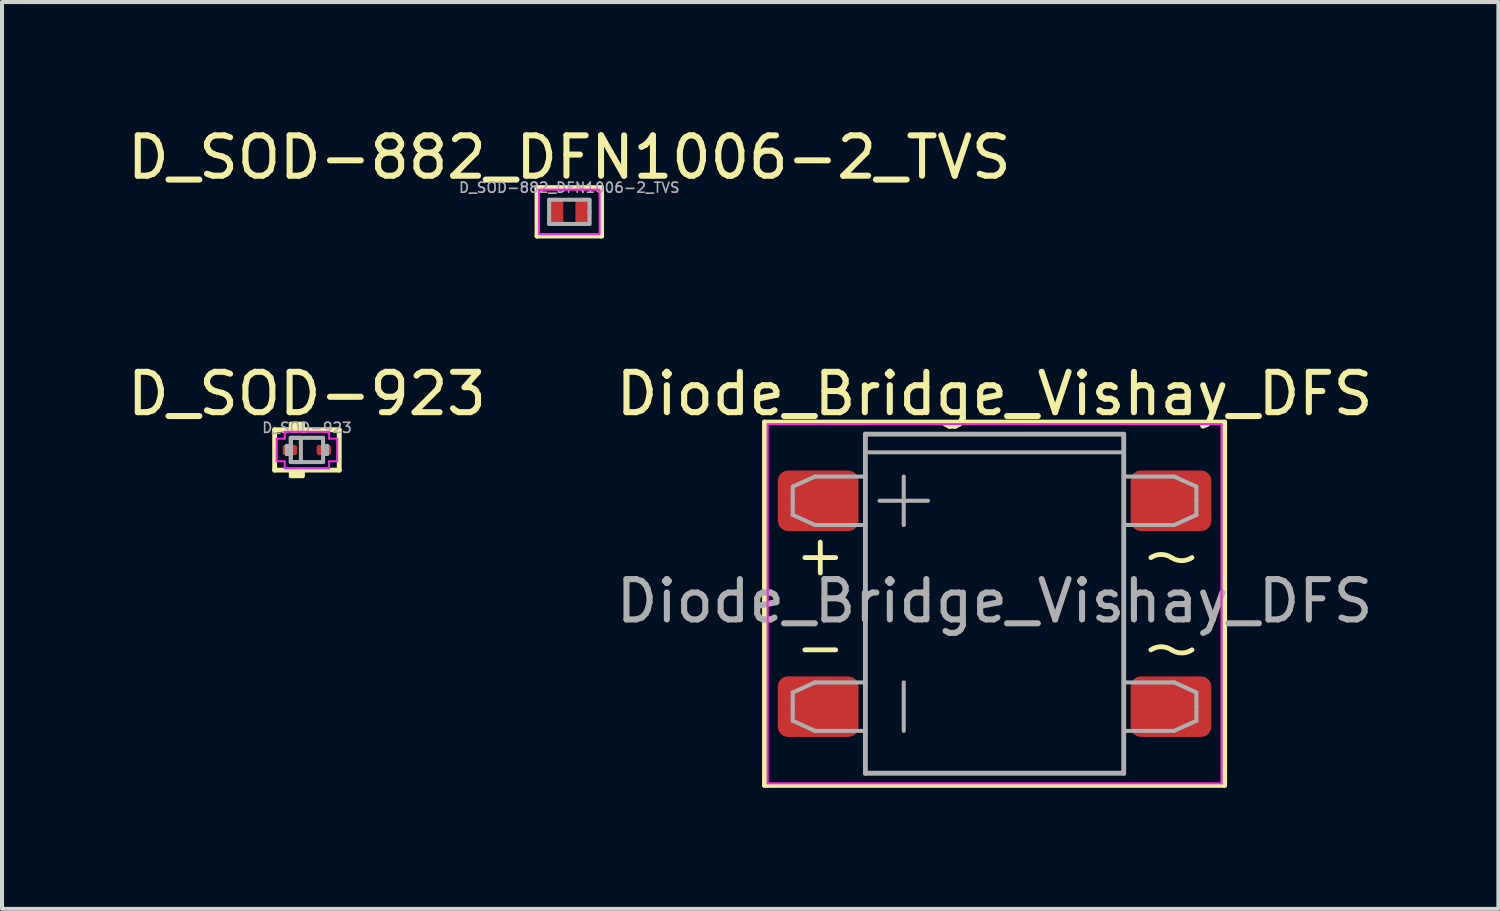
<source format=kicad_pcb>
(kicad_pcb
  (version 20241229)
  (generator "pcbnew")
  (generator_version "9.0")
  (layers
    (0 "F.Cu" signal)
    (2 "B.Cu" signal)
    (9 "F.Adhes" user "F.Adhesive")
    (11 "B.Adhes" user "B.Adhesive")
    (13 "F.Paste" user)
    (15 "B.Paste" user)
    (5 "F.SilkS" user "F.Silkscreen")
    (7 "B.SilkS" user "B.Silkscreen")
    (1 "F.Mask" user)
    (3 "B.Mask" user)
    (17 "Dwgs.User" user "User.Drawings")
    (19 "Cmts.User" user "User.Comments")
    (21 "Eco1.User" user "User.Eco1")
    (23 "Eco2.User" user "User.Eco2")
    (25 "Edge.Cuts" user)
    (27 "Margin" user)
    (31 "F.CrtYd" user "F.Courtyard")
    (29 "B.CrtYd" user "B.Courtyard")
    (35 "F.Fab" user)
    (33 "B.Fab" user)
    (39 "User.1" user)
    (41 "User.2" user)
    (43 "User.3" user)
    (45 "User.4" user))
  (footprint "Diode_Bridge_Vishay_DFS"
    (layer "F.Cu")
    (at 21.589 11.906)
    (property "Reference" "Diode_Bridge_Vishay_DFS" (at 0 -5.2 0) (layer "F.SilkS") (effects (font (size 1 1) (thickness 0.15))))
    (attr smd)
    (fp_line (start -5.7 -4.5) (end -5.7 4.5) (stroke (width 0.12) (type solid)) (layer "F.SilkS"))
    (fp_line (start -5.7 4.5) (end 5.7 4.5) (stroke (width 0.12) (type solid)) (layer "F.SilkS"))
    (fp_line (start -4.699 -1.143) (end -3.937 -1.143) (stroke (width 0.12) (type solid)) (layer "F.SilkS"))
    (fp_line (start -4.699 1.143) (end -3.937 1.143) (stroke (width 0.12) (type solid)) (layer "F.SilkS"))
    (fp_line (start -4.318 -1.524) (end -4.318 -0.762) (stroke (width 0.12) (type solid)) (layer "F.SilkS"))
    (fp_line (start 5.7 -4.5) (end -5.7 -4.5) (stroke (width 0.12) (type solid)) (layer "F.SilkS"))
    (fp_line (start 5.7 4.5) (end 5.7 -4.5) (stroke (width 0.12) (type solid)) (layer "F.SilkS"))
    (fp_arc (start 3.873501 -1.142999) (mid 4.1275 -1.219904) (end 4.381499 -1.142999) (stroke (width 0.12) (type solid)) (layer "F.SilkS"))
    (fp_arc (start 3.873501 1.143001) (mid 4.1275 1.066096) (end 4.381499 1.143001) (stroke (width 0.12) (type solid)) (layer "F.SilkS"))
    (fp_arc (start 4.8895 -1.143) (mid 4.635501 -1.066095) (end 4.381502 -1.143) (stroke (width 0.12) (type solid)) (layer "F.SilkS"))
    (fp_arc (start 4.8895 1.143) (mid 4.635501 1.219905) (end 4.381502 1.143) (stroke (width 0.12) (type solid)) (layer "F.SilkS"))
    (fp_line (start -5.62 -4.45) (end -5.62 4.45) (stroke (width 0.05) (type solid)) (layer "F.CrtYd"))
    (fp_line (start -5.62 -4.45) (end 5.62 -4.45) (stroke (width 0.05) (type solid)) (layer "F.CrtYd"))
    (fp_line (start 5.62 4.45) (end -5.62 4.45) (stroke (width 0.05) (type solid)) (layer "F.CrtYd"))
    (fp_line (start 5.62 4.45) (end 5.62 -4.45) (stroke (width 0.05) (type solid)) (layer "F.CrtYd"))
    (fp_line (start -5 -2.9) (end -5 -2.55) (stroke (width 0.1) (type solid)) (layer "F.Fab"))
    (fp_line (start -5 -2.2) (end -5 -2.55) (stroke (width 0.1) (type solid)) (layer "F.Fab"))
    (fp_line (start -5 2.2) (end -5 2.55) (stroke (width 0.1) (type solid)) (layer "F.Fab"))
    (fp_line (start -5 2.9) (end -5 2.55) (stroke (width 0.1) (type solid)) (layer "F.Fab"))
    (fp_line (start -4.45 -3.15) (end -5 -2.9) (stroke (width 0.1) (type solid)) (layer "F.Fab"))
    (fp_line (start -4.45 -1.95) (end -5 -2.2) (stroke (width 0.1) (type solid)) (layer "F.Fab"))
    (fp_line (start -4.45 1.95) (end -5 2.2) (stroke (width 0.1) (type solid)) (layer "F.Fab"))
    (fp_line (start -4.45 3.15) (end -5 2.9) (stroke (width 0.1) (type solid)) (layer "F.Fab"))
    (fp_line (start -3.2 -4.2) (end 3.2 -4.2) (stroke (width 0.12) (type solid)) (layer "F.Fab"))
    (fp_line (start -3.2 -3.75) (end 3.2 -3.75) (stroke (width 0.1) (type solid)) (layer "F.Fab"))
    (fp_line (start -3.2 -3.15) (end -4.45 -3.15) (stroke (width 0.1) (type solid)) (layer "F.Fab"))
    (fp_line (start -3.2 -1.95) (end -4.45 -1.95) (stroke (width 0.1) (type solid)) (layer "F.Fab"))
    (fp_line (start -3.2 1.95) (end -4.45 1.95) (stroke (width 0.1) (type solid)) (layer "F.Fab"))
    (fp_line (start -3.2 3.15) (end -4.45 3.15) (stroke (width 0.1) (type solid)) (layer "F.Fab"))
    (fp_line (start -3.2 4.2) (end -3.2 -4.2) (stroke (width 0.12) (type solid)) (layer "F.Fab"))
    (fp_line (start -2.85 -2.55) (end -1.65 -2.55) (stroke (width 0.1) (type solid)) (layer "F.Fab"))
    (fp_line (start -2.25 -3.15) (end -2.25 -1.95) (stroke (width 0.1) (type solid)) (layer "F.Fab"))
    (fp_line (start -2.25 1.95) (end -2.25 3.15) (stroke (width 0.1) (type solid)) (layer "F.Fab"))
    (fp_line (start 3.2 -4.2) (end 3.2 4.2) (stroke (width 0.12) (type solid)) (layer "F.Fab"))
    (fp_line (start 3.2 -3.15) (end 4.45 -3.15) (stroke (width 0.1) (type solid)) (layer "F.Fab"))
    (fp_line (start 3.2 -1.95) (end 4.45 -1.95) (stroke (width 0.1) (type solid)) (layer "F.Fab"))
    (fp_line (start 3.2 1.95) (end 4.45 1.95) (stroke (width 0.1) (type solid)) (layer "F.Fab"))
    (fp_line (start 3.2 3.15) (end 4.45 3.15) (stroke (width 0.1) (type solid)) (layer "F.Fab"))
    (fp_line (start 3.2 4.2) (end -3.2 4.2) (stroke (width 0.12) (type solid)) (layer "F.Fab"))
    (fp_line (start 4.45 -3.15) (end 5 -2.9) (stroke (width 0.1) (type solid)) (layer "F.Fab"))
    (fp_line (start 4.45 -1.95) (end 5 -2.2) (stroke (width 0.1) (type solid)) (layer "F.Fab"))
    (fp_line (start 4.45 1.95) (end 5 2.2) (stroke (width 0.1) (type solid)) (layer "F.Fab"))
    (fp_line (start 4.45 3.15) (end 5 2.9) (stroke (width 0.1) (type solid)) (layer "F.Fab"))
    (fp_line (start 5 -2.9) (end 5 -2.55) (stroke (width 0.1) (type solid)) (layer "F.Fab"))
    (fp_line (start 5 -2.2) (end 5 -2.55) (stroke (width 0.1) (type solid)) (layer "F.Fab"))
    (fp_line (start 5 2.2) (end 5 2.55) (stroke (width 0.1) (type solid)) (layer "F.Fab"))
    (fp_line (start 5 2.9) (end 5 2.55) (stroke (width 0.1) (type solid)) (layer "F.Fab"))
    (fp_text user "${REFERENCE}" (at 0 -0.065 0) (layer "F.Fab") (effects (font (size 1 1) (thickness 0.15))))
    (pad "1" smd roundrect (at -4.37 -2.55) (size 2 1.5) (layers "F.Cu" "F.Mask" "F.Paste") (roundrect_rratio 0.167))
    (pad "2" smd roundrect (at -4.37 2.55) (size 2 1.5) (layers "F.Cu" "F.Mask" "F.Paste") (roundrect_rratio 0.167))
    (pad "3" smd roundrect (at 4.37 2.55) (size 2 1.5) (layers "F.Cu" "F.Mask" "F.Paste") (roundrect_rratio 0.167))
    (pad "4" smd roundrect (at 4.37 -2.55) (size 2 1.5) (layers "F.Cu" "F.Mask" "F.Paste") (roundrect_rratio 0.167)))
  (footprint "D_SOD-882_DFN1006-2_TVS"
    (layer "F.Cu")
    (at 11.054 2.198)
    (property "Reference" "D_SOD-882_DFN1006-2_TVS" (at 0 -1.35 0) (unlocked yes) (layer "F.SilkS") (effects (font (size 1 1) (thickness 0.15))))
    (fp_line (start -0.8 -0.6) (end -0.8 -0.575) (stroke (width 0.12) (type solid)) (layer "F.SilkS"))
    (fp_line (start -0.8 -0.575) (end -0.8 0.6) (stroke (width 0.12) (type solid)) (layer "F.SilkS"))
    (fp_line (start -0.8 0.6) (end 0.8 0.6) (stroke (width 0.12) (type solid)) (layer "F.SilkS"))
    (fp_line (start -0.7 -0.6) (end -0.8 -0.6) (stroke (width 0.12) (type solid)) (layer "F.SilkS"))
    (fp_line (start 0.8 -0.6) (end -0.7 -0.6) (stroke (width 0.12) (type solid)) (layer "F.SilkS"))
    (fp_line (start 0.8 0.6) (end 0.8 -0.6) (stroke (width 0.12) (type solid)) (layer "F.SilkS"))
    (fp_rect (start -0.75 -0.55) (end 0.75 0.55) (stroke (width 0.05) (type solid)) (fill no) (layer "F.CrtYd"))
    (fp_line (start -0.5 -0.3) (end -0.5 0) (stroke (width 0.1) (type solid)) (layer "F.Fab"))
    (fp_line (start -0.5 0) (end -0.5 0.3) (stroke (width 0.1) (type solid)) (layer "F.Fab"))
    (fp_line (start 0 -0.3) (end -0.5 -0.3) (stroke (width 0.1) (type solid)) (layer "F.Fab"))
    (fp_line (start 0 -0.3) (end 0.5 -0.3) (stroke (width 0.1) (type solid)) (layer "F.Fab"))
    (fp_line (start 0 0.3) (end -0.5 0.3) (stroke (width 0.1) (type solid)) (layer "F.Fab"))
    (fp_line (start 0.5 -0.3) (end 0.5 0) (stroke (width 0.1) (type solid)) (layer "F.Fab"))
    (fp_line (start 0.5 0) (end 0.5 0.3) (stroke (width 0.1) (type solid)) (layer "F.Fab"))
    (fp_line (start 0.5 0.3) (end 0 0.3) (stroke (width 0.1) (type solid)) (layer "F.Fab"))
    (fp_text user "${REFERENCE}" (at 0 -0.6 0) (layer "F.Fab") (effects (font (size 0.25 0.25) (thickness 0.04))))
    (pad "1" smd roundrect (at -0.35 0) (size 0.4 0.7) (layers "F.Cu" "F.Mask" "F.Paste") (roundrect_rratio 0.25))
    (pad "2" smd roundrect (at 0.35 0) (size 0.4 0.7) (layers "F.Cu" "F.Mask" "F.Paste") (roundrect_rratio 0.25)))
  (footprint "D_SOD-923"
    (layer "F.Cu")
    (at 4.554 8.097)
    (property "Reference" "D_SOD-923" (at 0 -1.391 0) (layer "F.SilkS") (effects (font (size 1 1) (thickness 0.15))))
    (attr smd)
    (fp_line (start -0.8 -0.5) (end -0.8 0.5) (stroke (width 0.12) (type solid)) (layer "F.SilkS"))
    (fp_line (start -0.8 0.5) (end 0.8 0.5) (stroke (width 0.12) (type solid)) (layer "F.SilkS"))
    (fp_line (start 0.8 -0.5) (end -0.8 -0.5) (stroke (width 0.12) (type solid)) (layer "F.SilkS"))
    (fp_line (start 0.8 0.5) (end 0.8 -0.5) (stroke (width 0.12) (type solid)) (layer "F.SilkS"))
    (fp_poly (pts (xy -0.1 -0.5) (xy -0.4 -0.5) (xy -0.4 -0.65) (xy -0.1 -0.65)) (stroke (width 0.1) (type solid)) (fill yes) (layer "F.SilkS"))
    (fp_poly (pts (xy -0.1 0.65) (xy -0.4 0.65) (xy -0.4 0.5) (xy -0.1 0.5)) (stroke (width 0.1) (type solid)) (fill yes) (layer "F.SilkS"))
    (fp_line (start -0.75 -0.28) (end -0.75 0.28) (stroke (width 0.05) (type solid)) (layer "F.CrtYd"))
    (fp_line (start -0.75 0.28) (end -0.55 0.28) (stroke (width 0.05) (type solid)) (layer "F.CrtYd"))
    (fp_line (start -0.55 -0.45) (end 0.55 -0.45) (stroke (width 0.05) (type solid)) (layer "F.CrtYd"))
    (fp_line (start -0.55 -0.28) (end -0.75 -0.28) (stroke (width 0.05) (type solid)) (layer "F.CrtYd"))
    (fp_line (start -0.55 -0.28) (end -0.55 -0.45) (stroke (width 0.05) (type solid)) (layer "F.CrtYd"))
    (fp_line (start -0.55 0.45) (end -0.55 0.28) (stroke (width 0.05) (type solid)) (layer "F.CrtYd"))
    (fp_line (start 0.55 -0.45) (end 0.55 -0.28) (stroke (width 0.05) (type solid)) (layer "F.CrtYd"))
    (fp_line (start 0.55 -0.28) (end 0.75 -0.28) (stroke (width 0.05) (type solid)) (layer "F.CrtYd"))
    (fp_line (start 0.55 0.28) (end 0.55 0.45) (stroke (width 0.05) (type solid)) (layer "F.CrtYd"))
    (fp_line (start 0.55 0.45) (end -0.55 0.45) (stroke (width 0.05) (type solid)) (layer "F.CrtYd"))
    (fp_line (start 0.75 -0.28) (end 0.75 0.28) (stroke (width 0.05) (type solid)) (layer "F.CrtYd"))
    (fp_line (start 0.75 0.28) (end 0.55 0.28) (stroke (width 0.05) (type solid)) (layer "F.CrtYd"))
    (fp_line (start -0.5 -0.1) (end -0.5 0.1) (stroke (width 0.1) (type solid)) (layer "F.Fab"))
    (fp_line (start -0.5 -0.1) (end -0.4 -0.1) (stroke (width 0.1) (type solid)) (layer "F.Fab"))
    (fp_line (start -0.5 0.1) (end -0.4 0.1) (stroke (width 0.1) (type solid)) (layer "F.Fab"))
    (fp_line (start -0.4 -0.3) (end 0.4 -0.3) (stroke (width 0.1) (type solid)) (layer "F.Fab"))
    (fp_line (start -0.4 0.3) (end -0.4 -0.3) (stroke (width 0.1) (type solid)) (layer "F.Fab"))
    (fp_line (start 0.4 -0.3) (end 0.4 0.3) (stroke (width 0.1) (type solid)) (layer "F.Fab"))
    (fp_line (start 0.4 0.3) (end -0.4 0.3) (stroke (width 0.1) (type solid)) (layer "F.Fab"))
    (fp_line (start 0.5 -0.1) (end 0.4 -0.1) (stroke (width 0.1) (type solid)) (layer "F.Fab"))
    (fp_line (start 0.5 0.1) (end 0.4 0.1) (stroke (width 0.1) (type solid)) (layer "F.Fab"))
    (fp_line (start 0.5 0.1) (end 0.5 -0.1) (stroke (width 0.1) (type solid)) (layer "F.Fab"))
    (fp_rect (start -0.4 -0.3) (end -0.15 0.3) (stroke (width 0.1) (type solid)) (fill no) (layer "F.Fab"))
    (fp_text user "${REFERENCE}" (at 0 -0.55 0) (layer "F.Fab") (effects (font (size 0.25 0.25) (thickness 0.04))))
    (pad "1" smd roundrect (at -0.42 0 180) (size 0.36 0.25) (layers "F.Cu" "F.Mask" "F.Paste") (roundrect_rratio 0.25))
    (pad "2" smd roundrect (at 0.42 0 180) (size 0.36 0.25) (layers "F.Cu" "F.Mask" "F.Paste") (roundrect_rratio 0.25)))
  (gr_rect
    (start -3 -3)
    (end 34.071 19.466)
    (stroke (width 0.1) (type default))
    (fill no)
    (layer "Edge.Cuts")))
</source>
